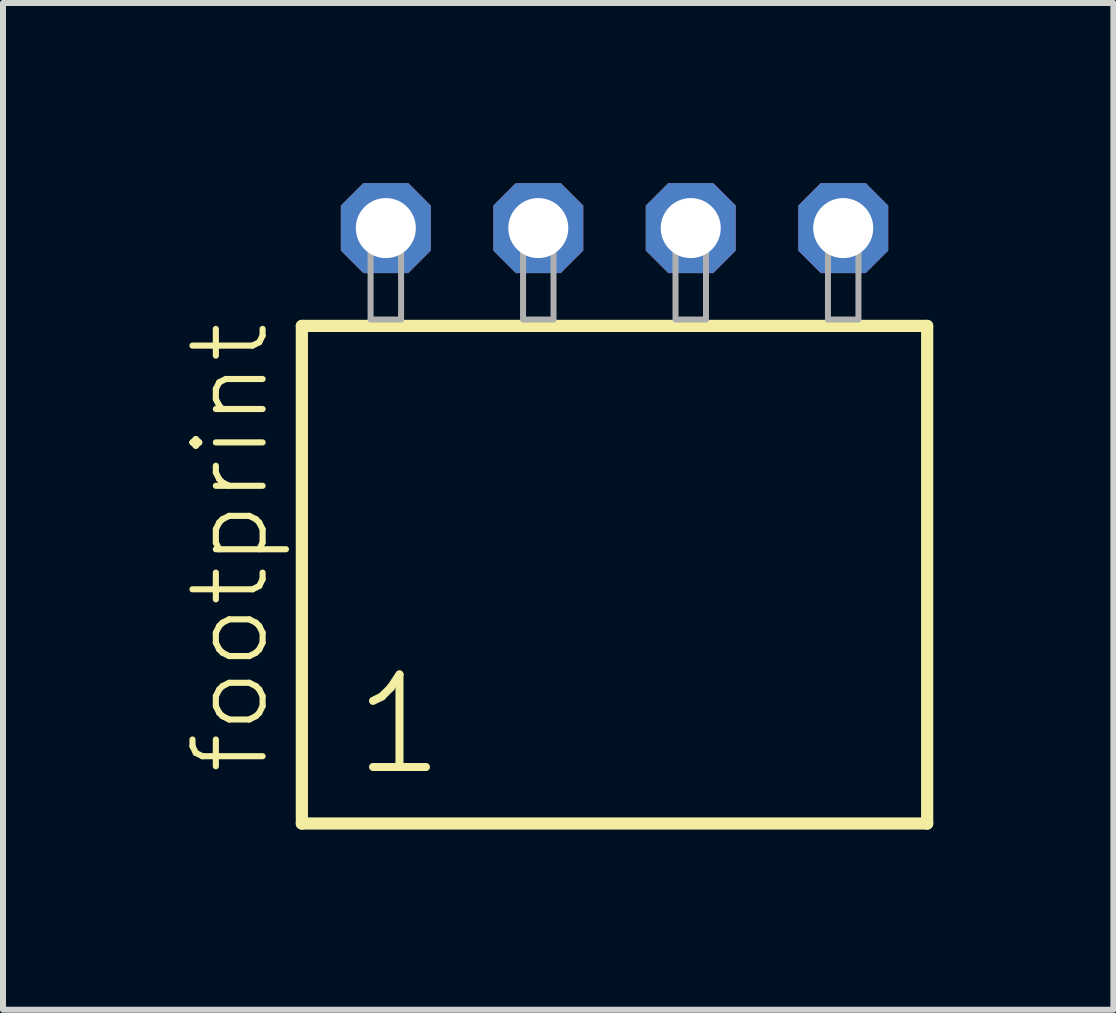
<source format=kicad_pcb>
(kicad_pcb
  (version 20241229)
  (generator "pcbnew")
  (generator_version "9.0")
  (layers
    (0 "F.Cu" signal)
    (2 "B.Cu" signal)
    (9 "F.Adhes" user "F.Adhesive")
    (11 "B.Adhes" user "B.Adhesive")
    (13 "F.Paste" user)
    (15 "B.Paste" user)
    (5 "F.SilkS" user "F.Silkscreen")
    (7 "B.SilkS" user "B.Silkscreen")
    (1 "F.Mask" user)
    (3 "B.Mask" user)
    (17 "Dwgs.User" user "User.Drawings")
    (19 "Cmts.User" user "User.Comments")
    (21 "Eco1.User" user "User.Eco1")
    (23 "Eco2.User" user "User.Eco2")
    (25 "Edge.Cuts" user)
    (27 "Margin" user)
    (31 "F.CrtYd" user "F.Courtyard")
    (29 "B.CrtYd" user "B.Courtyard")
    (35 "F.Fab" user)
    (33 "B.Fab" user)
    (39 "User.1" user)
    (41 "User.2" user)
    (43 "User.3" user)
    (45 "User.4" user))
  (footprint "footprint"
    (layer "F.Cu")
    (at 7.188 2.274)
    (property "Reference" "footprint" (at -5.715 7.62 90) (layer "F.SilkS") (effects (font (size 1.168 1.168) (thickness 0.102)) (justify left bottom)))
    (fp_line (start -5.209 0.106) (end -5.209 8.396) (stroke (width 0.203) (type solid)) (layer "F.SilkS"))
    (fp_line (start -5.209 8.396) (end 5.209 8.396) (stroke (width 0.203) (type solid)) (layer "F.SilkS"))
    (fp_line (start 5.209 0.106) (end -5.209 0.106) (stroke (width 0.203) (type solid)) (layer "F.SilkS"))
    (fp_line (start 5.209 8.396) (end 5.209 0.106) (stroke (width 0.203) (type solid)) (layer "F.SilkS"))
    (fp_poly (pts (xy -4.064 0) (xy -3.556 0) (xy -3.556 -1.778) (xy -4.064 -1.778)) (stroke (width 0.1) (type solid)) (fill no) (layer "F.Fab"))
    (fp_poly (pts (xy -1.524 0) (xy -1.016 0) (xy -1.016 -1.778) (xy -1.524 -1.778)) (stroke (width 0.1) (type solid)) (fill no) (layer "F.Fab"))
    (fp_poly (pts (xy 1.016 0) (xy 1.524 0) (xy 1.524 -1.778) (xy 1.016 -1.778)) (stroke (width 0.1) (type solid)) (fill no) (layer "F.Fab"))
    (fp_poly (pts (xy 3.556 0) (xy 4.064 0) (xy 4.064 -1.778) (xy 3.556 -1.778)) (stroke (width 0.1) (type solid)) (fill no) (layer "F.Fab"))
    (fp_text user "1" (at -4.405 7.65 0) (layer "F.SilkS") (effects (font (size 1.542 1.542) (thickness 0.134)) (justify left bottom)))
    (pad "1" thru_hole roundrect (at -3.81 -1.524) (size 1.5 1.5) (drill 1) (layers "*.Cu" "*.Mask") (roundrect_rratio 0.25) (chamfer_ratio 0.25) (chamfer top_left top_right bottom_left bottom_right))
    (pad "2" thru_hole roundrect (at -1.27 -1.524) (size 1.5 1.5) (drill 1) (layers "*.Cu" "*.Mask") (roundrect_rratio 0.25) (chamfer_ratio 0.25) (chamfer top_left top_right bottom_left bottom_right))
    (pad "3" thru_hole roundrect (at 1.27 -1.524) (size 1.5 1.5) (drill 1) (layers "*.Cu" "*.Mask") (roundrect_rratio 0.25) (chamfer_ratio 0.25) (chamfer top_left top_right bottom_left bottom_right))
    (pad "4" thru_hole roundrect (at 3.81 -1.524) (size 1.5 1.5) (drill 1) (layers "*.Cu" "*.Mask") (roundrect_rratio 0.25) (chamfer_ratio 0.25) (chamfer top_left top_right bottom_left bottom_right)))
  (gr_rect
    (start -3 -3)
    (end 15.499 13.772)
    (stroke (width 0.1) (type default))
    (fill no)
    (layer "Edge.Cuts")))
</source>
